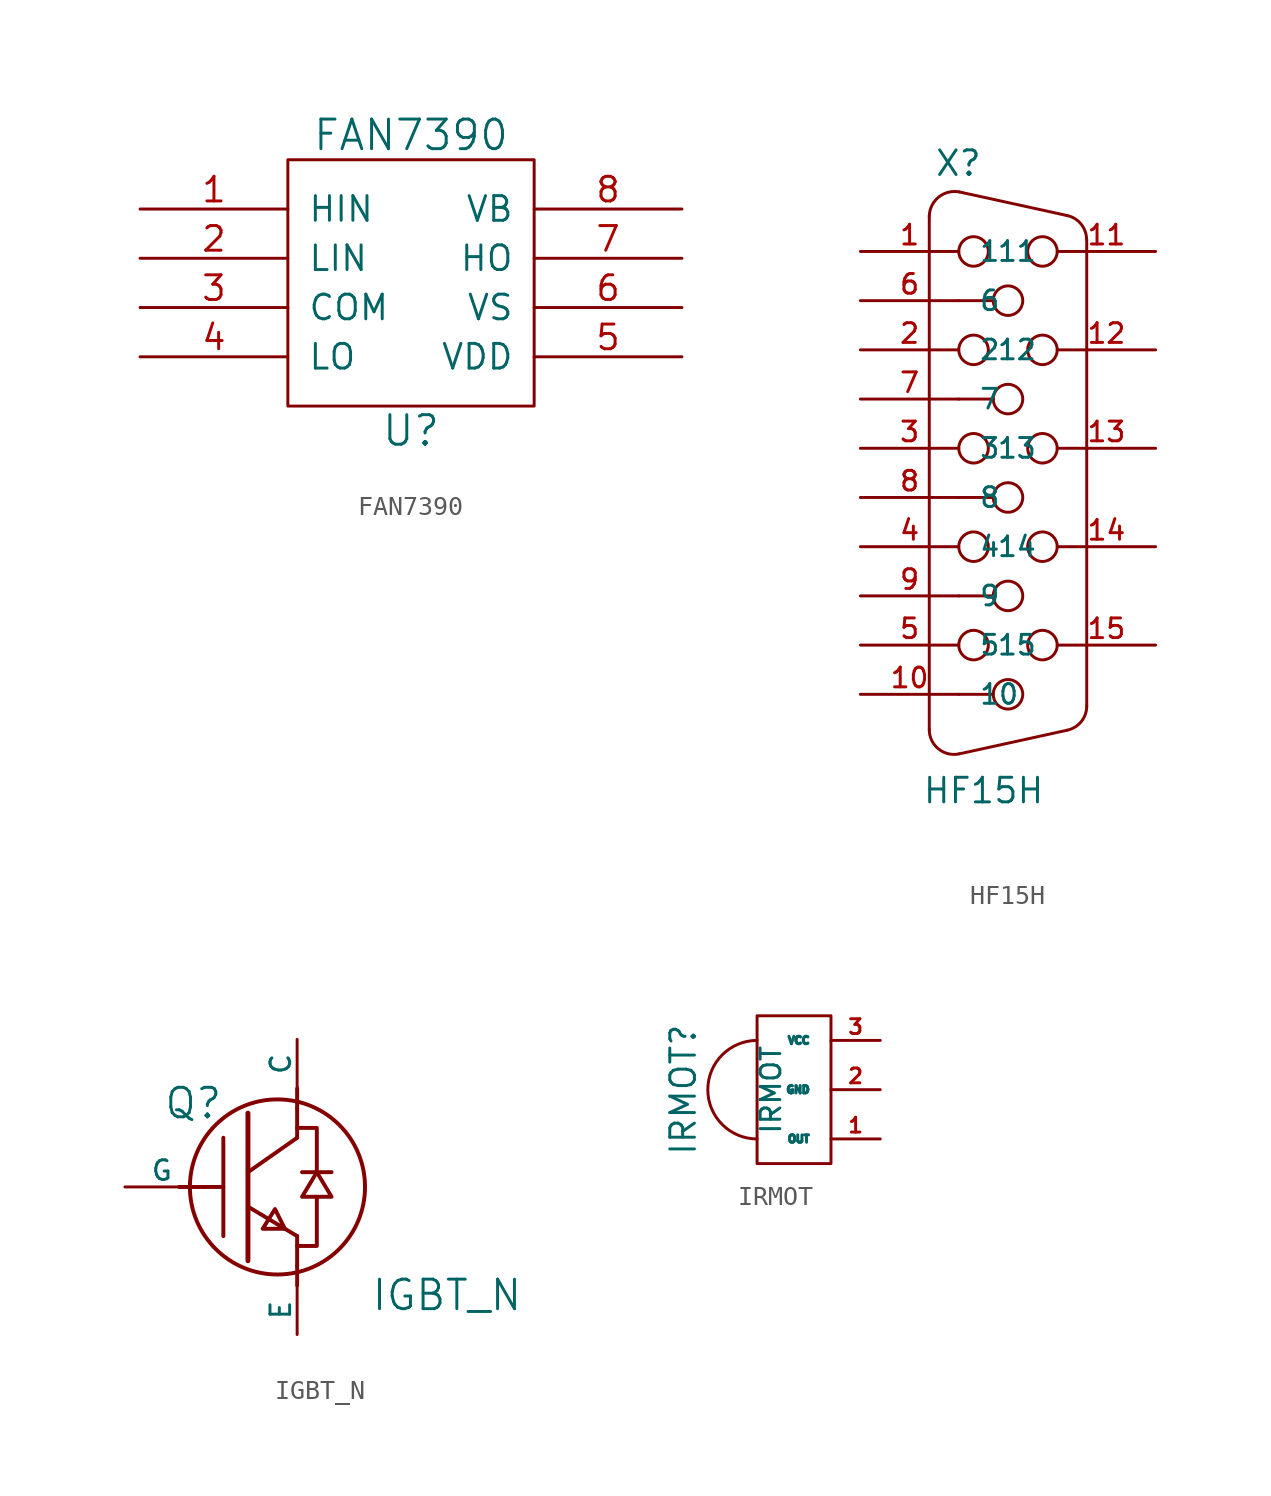
<source format=kicad_sym>
(kicad_symbol_lib
  (version 20211014)
  (generator kicad_symbol_editor)
  (symbol "FAN7390"
    (pin_names
      (offset 1.016))
    (property "Reference" "U"
      (at 0 -7.62 0)
      (effects (font (size 1.524 1.524))))
    (property "Value" "FAN7390"
      (at 0 7.62 0)
      (effects (font (size 1.524 1.524))))
    (property "Footprint" ""
      (at 0 0 0)
      (effects (font (size 1.524 1.524))))
    (property "Datasheet" ""
      (at 0 0 0)
      (effects (font (size 1.524 1.524))))
    (symbol "FAN7390_0_1"
      (rectangle (start -6.35 6.35) (end 6.35 -6.35) (stroke (width 0) (type default) (color 0 0 0 0)) (fill (type none))))
    (symbol "FAN7390_1_1"
      (pin input line (at -13.97 3.81 0) (length 7.62) (name "HIN" (effects (font (size 1.27 1.27)))) (number "1" (effects (font (size 1.27 1.27)))))
      (pin input line (at -13.97 1.27 0) (length 7.62) (name "LIN" (effects (font (size 1.27 1.27)))) (number "2" (effects (font (size 1.27 1.27)))))
      (pin power_in line (at -13.97 -1.27 0) (length 7.62) (name "COM" (effects (font (size 1.27 1.27)))) (number "3" (effects (font (size 1.27 1.27)))))
      (pin output line (at -13.97 -3.81 0) (length 7.62) (name "LO" (effects (font (size 1.27 1.27)))) (number "4" (effects (font (size 1.27 1.27)))))
      (pin power_in line (at 13.97 -3.81 180) (length 7.62) (name "VDD" (effects (font (size 1.27 1.27)))) (number "5" (effects (font (size 1.27 1.27)))))
      (pin input line (at 13.97 -1.27 180) (length 7.62) (name "VS" (effects (font (size 1.27 1.27)))) (number "6" (effects (font (size 1.27 1.27)))))
      (pin output line (at 13.97 1.27 180) (length 7.62) (name "HO" (effects (font (size 1.27 1.27)))) (number "7" (effects (font (size 1.27 1.27)))))
      (pin output line (at 13.97 3.81 180) (length 7.62) (name "VB" (effects (font (size 1.27 1.27)))) (number "8" (effects (font (size 1.27 1.27)))))))
  (symbol "HF15H"
    (pin_names
      (offset 1.016))
    (property "Reference" "X"
      (at -3.81 13.97 0)
      (effects (font (size 1.27 1.27)) (justify left bottom)))
    (property "Value" "HF15H"
      (at -4.445 -18.415 0)
      (effects (font (size 1.27 1.27)) (justify left bottom)))
    (property "Datasheet" ""
      (at 0 0 0)
      (effects (font (size 1.524 1.524))))
    (property "ki_locked" ""
      (at 0 0 0)
      (effects (font (size 1.27 1.27))))
    (symbol "HF15H_1_0"
      (polyline (pts (xy -4.064 -14.529) (xy -4.064 11.989)) (stroke (width 0) (type default) (color 0 0 0 0)) (fill (type none)))
      (polyline (pts (xy -2.54 -12.7) (xy -0.762 -12.7)) (stroke (width 0) (type default) (color 0 0 0 0)) (fill (type none)))
      (polyline (pts (xy -2.54 -7.62) (xy -0.762 -7.62)) (stroke (width 0) (type default) (color 0 0 0 0)) (fill (type none)))
      (polyline (pts (xy -2.54 -2.54) (xy -0.762 -2.54)) (stroke (width 0) (type default) (color 0 0 0 0)) (fill (type none)))
      (polyline (pts (xy -2.54 2.54) (xy -0.762 2.54)) (stroke (width 0) (type default) (color 0 0 0 0)) (fill (type none)))
      (polyline (pts (xy -2.54 7.62) (xy -0.762 7.62)) (stroke (width 0) (type default) (color 0 0 0 0)) (fill (type none)))
      (polyline (pts (xy -2.515 -15.773) (xy 3.048 -14.554)) (stroke (width 0) (type default) (color 0 0 0 0)) (fill (type none)))
      (polyline (pts (xy -2.515 13.233) (xy 3.048 12.014)) (stroke (width 0) (type default) (color 0 0 0 0)) (fill (type none)))
      (polyline (pts (xy 4.064 -13.31) (xy 4.064 10.77)) (stroke (width 0) (type default) (color 0 0 0 0)) (fill (type none))))
    (symbol "HF15H_1_1"
      (arc (start -4.064 -14.5288) (mid -3.5876 -15.5203) (end -2.5146 -15.7734) (stroke (width 0) (type default) (color 0 0 0 0)) (fill (type none)))
      (arc (start -2.5146 13.2334) (mid -3.572 12.9727) (end -4.064 11.9888) (stroke (width 0) (type default) (color 0 0 0 0)) (fill (type none)))
      (circle (center -1.778 -10.16) (radius 0.762) (stroke (width 0) (type default) (color 0 0 0 0)) (fill (type none)))
      (circle (center -1.778 -5.08) (radius 0.762) (stroke (width 0) (type default) (color 0 0 0 0)) (fill (type none)))
      (circle (center -1.778 0) (radius 0.762) (stroke (width 0) (type default) (color 0 0 0 0)) (fill (type none)))
      (circle (center -1.778 5.08) (radius 0.762) (stroke (width 0) (type default) (color 0 0 0 0)) (fill (type none)))
      (circle (center -1.778 10.16) (radius 0.762) (stroke (width 0) (type default) (color 0 0 0 0)) (fill (type none)))
      (circle (center 0 -12.7) (radius 0.762) (stroke (width 0) (type default) (color 0 0 0 0)) (fill (type none)))
      (circle (center 0 -7.62) (radius 0.762) (stroke (width 0) (type default) (color 0 0 0 0)) (fill (type none)))
      (circle (center 0 -2.54) (radius 0.762) (stroke (width 0) (type default) (color 0 0 0 0)) (fill (type none)))
      (circle (center 0 2.54) (radius 0.762) (stroke (width 0) (type default) (color 0 0 0 0)) (fill (type none)))
      (circle (center 0 7.62) (radius 0.762) (stroke (width 0) (type default) (color 0 0 0 0)) (fill (type none)))
      (circle (center 1.778 -10.16) (radius 0.762) (stroke (width 0) (type default) (color 0 0 0 0)) (fill (type none)))
      (circle (center 1.778 -5.08) (radius 0.762) (stroke (width 0) (type default) (color 0 0 0 0)) (fill (type none)))
      (circle (center 1.778 0) (radius 0.762) (stroke (width 0) (type default) (color 0 0 0 0)) (fill (type none)))
      (circle (center 1.778 5.08) (radius 0.762) (stroke (width 0) (type default) (color 0 0 0 0)) (fill (type none)))
      (circle (center 1.778 10.16) (radius 0.762) (stroke (width 0) (type default) (color 0 0 0 0)) (fill (type none)))
      (arc (start 3.048 -14.5542) (mid 3.7779 -14.113) (end 4.064 -13.3096) (stroke (width 0) (type default) (color 0 0 0 0)) (fill (type none)))
      (arc (start 4.064 10.7696) (mid 3.7777 11.5728) (end 3.048 12.0142) (stroke (width 0) (type default) (color 0 0 0 0)) (fill (type none)))
      (pin passive line (at -7.62 10.16 0) (length 5.08) (name "1" (effects (font (size 1.016 1.016)))) (number "1" (effects (font (size 1.016 1.016)))))
      (pin passive line (at -7.62 -12.7 0) (length 5.08) (name "10" (effects (font (size 1.016 1.016)))) (number "10" (effects (font (size 1.016 1.016)))))
      (pin passive line (at 7.62 10.16 180) (length 5.08) (name "11" (effects (font (size 1.016 1.016)))) (number "11" (effects (font (size 1.016 1.016)))))
      (pin passive line (at 7.62 5.08 180) (length 5.08) (name "12" (effects (font (size 1.016 1.016)))) (number "12" (effects (font (size 1.016 1.016)))))
      (pin passive line (at 7.62 0 180) (length 5.08) (name "13" (effects (font (size 1.016 1.016)))) (number "13" (effects (font (size 1.016 1.016)))))
      (pin passive line (at 7.62 -5.08 180) (length 5.08) (name "14" (effects (font (size 1.016 1.016)))) (number "14" (effects (font (size 1.016 1.016)))))
      (pin passive line (at 7.62 -10.16 180) (length 5.08) (name "15" (effects (font (size 1.016 1.016)))) (number "15" (effects (font (size 1.016 1.016)))))
      (pin passive line (at -7.62 5.08 0) (length 5.08) (name "2" (effects (font (size 1.016 1.016)))) (number "2" (effects (font (size 1.016 1.016)))))
      (pin passive line (at -7.62 0 0) (length 5.08) (name "3" (effects (font (size 1.016 1.016)))) (number "3" (effects (font (size 1.016 1.016)))))
      (pin passive line (at -7.62 -5.08 0) (length 5.08) (name "4" (effects (font (size 1.016 1.016)))) (number "4" (effects (font (size 1.016 1.016)))))
      (pin passive line (at -7.62 -10.16 0) (length 5.08) (name "5" (effects (font (size 1.016 1.016)))) (number "5" (effects (font (size 1.016 1.016)))))
      (pin passive line (at -7.62 7.62 0) (length 5.08) (name "6" (effects (font (size 1.016 1.016)))) (number "6" (effects (font (size 1.016 1.016)))))
      (pin passive line (at -7.62 2.54 0) (length 5.08) (name "7" (effects (font (size 1.016 1.016)))) (number "7" (effects (font (size 1.016 1.016)))))
      (pin passive line (at -7.62 -2.54 0) (length 5.08) (name "8" (effects (font (size 1.016 1.016)))) (number "8" (effects (font (size 1.016 1.016)))))
      (pin passive line (at -7.62 -7.62 0) (length 5.08) (name "9" (effects (font (size 1.016 1.016)))) (number "9" (effects (font (size 1.016 1.016)))))))
  (symbol "IGBT_N"
    (pin_numbers hide)
    (pin_names
      (offset 0))
    (property "Reference" "Q"
      (at -1.27 4.318 0)
      (effects (font (size 1.524 1.524)) (justify right)))
    (property "Value" "IGBT_N"
      (at 14.224 -5.588 0)
      (effects (font (size 1.524 1.524)) (justify right)))
    (property "Footprint" ""
      (at 0 0 0)
      (effects (font (size 1.524 1.524))))
    (property "Datasheet" ""
      (at 0 0 0)
      (effects (font (size 1.524 1.524))))
    (symbol "IGBT_N_0_1"
      (polyline (pts (xy -1.27 -2.54) (xy -1.27 2.54)) (stroke (width 0.203) (type default) (color 0 0 0 0)) (fill (type none)))
      (polyline (pts (xy 0 -3.81) (xy 0 3.81)) (stroke (width 0.254) (type default) (color 0 0 0 0)) (fill (type none)))
      (polyline (pts (xy -2.286 0) (xy -3.556 0) (xy -3.556 0)) (stroke (width 0.203) (type default) (color 0 0 0 0)) (fill (type none)))
      (polyline (pts (xy 2.54 -4.064) (xy 2.54 -5.08) (xy 2.54 -5.08)) (stroke (width 0.203) (type default) (color 0 0 0 0)) (fill (type none)))
      (polyline (pts (xy 2.54 -2.54) (xy 0 -1.016) (xy 0 -1.016)) (stroke (width 0.203) (type default) (color 0 0 0 0)) (fill (type none)))
      (polyline (pts (xy 2.54 -2.54) (xy 2.54 -4.064) (xy 2.54 -4.064)) (stroke (width 0.203) (type default) (color 0 0 0 0)) (fill (type none)))
      (polyline (pts (xy 2.54 2.54) (xy 0 0.762) (xy 0 0.762)) (stroke (width 0.203) (type default) (color 0 0 0 0)) (fill (type none)))
      (polyline (pts (xy 2.54 2.54) (xy 2.54 4.064) (xy 2.54 4.064)) (stroke (width 0.203) (type default) (color 0 0 0 0)) (fill (type none)))
      (polyline (pts (xy 2.54 4.064) (xy 2.54 5.08) (xy 2.54 5.08)) (stroke (width 0.203) (type default) (color 0 0 0 0)) (fill (type none)))
      (polyline (pts (xy 2.794 0.762) (xy 4.318 0.762) (xy 4.318 0.762) (xy 4.318 0.762)) (stroke (width 0.203) (type default) (color 0 0 0 0)) (fill (type none)))
      (polyline (pts (xy 3.556 -0.508) (xy 3.556 -3.048) (xy 2.54 -3.048) (xy 2.54 -3.048)) (stroke (width 0.203) (type default) (color 0 0 0 0)) (fill (type none)))
      (polyline (pts (xy 3.556 0.762) (xy 3.556 3.048) (xy 2.54 3.048) (xy 2.54 3.048)) (stroke (width 0.203) (type default) (color 0 0 0 0)) (fill (type none)))
      (polyline (pts (xy -2.286 0) (xy -1.27 0) (xy -1.27 0) (xy -1.27 0) (xy -1.27 0)) (stroke (width 0.203) (type default) (color 0 0 0 0)) (fill (type none)))
      (polyline (pts (xy 1.905 -2.159) (xy 1.397 -1.143) (xy 0.762 -2.159) (xy 1.905 -2.159) (xy 1.905 -2.159)) (stroke (width 0.203) (type default) (color 0 0 0 0)) (fill (type none)))
      (polyline (pts (xy 2.794 -0.508) (xy 4.318 -0.508) (xy 3.556 0.762) (xy 2.794 -0.508) (xy 2.794 -0.508)) (stroke (width 0.203) (type default) (color 0 0 0 0)) (fill (type none)))
      (circle (center 1.524 0) (radius 4.521) (stroke (width 0.203) (type default) (color 0 0 0 0)) (fill (type none))))
    (symbol "IGBT_N_1_1"
      (pin passive line (at 2.54 7.62 270) (length 2.54) (name "C" (effects (font (size 1.016 1.016)))) (number "C" (effects (font (size 1.016 1.016)))))
      (pin passive line (at 2.54 -7.62 90) (length 2.54) (name "E" (effects (font (size 1.016 1.016)))) (number "E" (effects (font (size 1.016 1.016)))))
      (pin input line (at -6.35 0 0) (length 3.81) (name "G" (effects (font (size 1.016 1.016)))) (number "G" (effects (font (size 1.016 1.016)))))))
  (symbol "IRMOT"
    (pin_names
      (offset 1.016))
    (property "Reference" "IRMOT"
      (at -3.81 0 90)
      (effects (font (size 1.27 1.27))))
    (property "Value" "IRMOT"
      (at 0.711 0 90)
      (effects (font (size 1.016 1.016))))
    (property "Footprint" ""
      (at 0 0 0)
      (effects (font (size 1.524 1.524))))
    (property "Datasheet" ""
      (at 0 0 0)
      (effects (font (size 1.524 1.524))))
    (symbol "IRMOT_0_0"
      (arc (start 0 2.54) (mid -2.54 0) (end 0 -2.54) (stroke (width 0) (type default) (color 0 0 0 0)) (fill (type none)))
      (rectangle (start 3.81 3.81) (end 0 -3.81) (stroke (width 0) (type default) (color 0 0 0 0)) (fill (type none))))
    (symbol "IRMOT_1_1"
      (pin input line (at 6.35 -2.54 180) (length 2.54) (name "OUT" (effects (font (size 0.381 0.381)))) (number "1" (effects (font (size 0.762 0.762)))))
      (pin input line (at 6.35 0 180) (length 2.54) (name "GND" (effects (font (size 0.381 0.381)))) (number "2" (effects (font (size 0.762 0.762)))))
      (pin input line (at 6.35 2.54 180) (length 2.54) (name "VCC" (effects (font (size 0.381 0.381)))) (number "3" (effects (font (size 0.762 0.762))))))))
</source>
